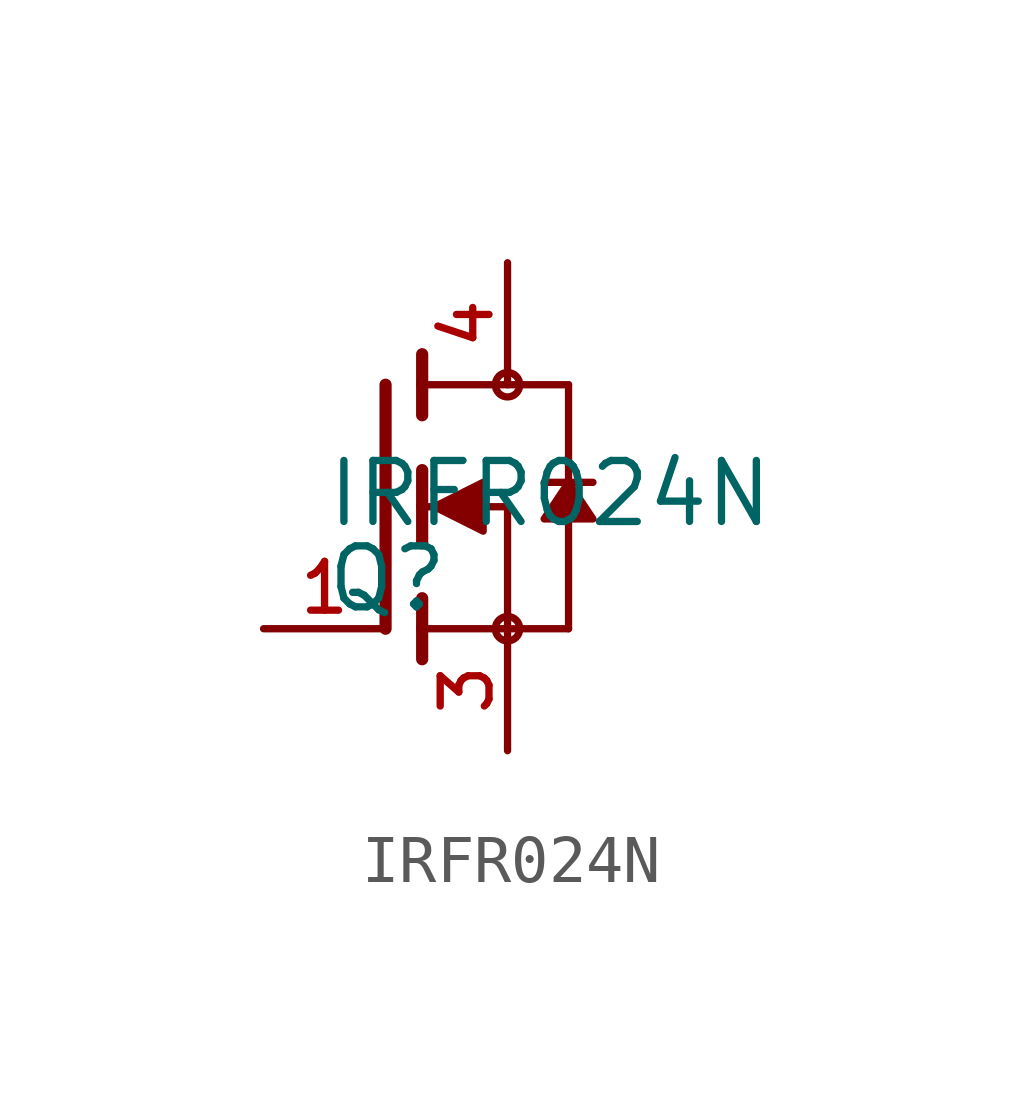
<source format=kicad_sym>
(kicad_symbol_lib
  (version 20211014)
  (generator kicad_symbol_editor)
  (symbol "IRFR024N"
    (pin_names
      (offset 1.016))
    (property "Reference" "Q"
      (at -1.27 -0.762 0.0)
      (effects (font (size 1.27 1.27)) (justify top left)))
    (property "Value" "IRFR024N"
      (at -1.27 1.016 0.0)
      (effects (font (size 1.27 1.27)) (justify top left)))
    (symbol "IRFR024N_0_0"
      (polyline (pts (xy 0.762 0.762) (xy 0.762 0.0)) (stroke (width 0.254)))
      (polyline (pts (xy 0.762 0.0) (xy 0.762 -0.762)) (stroke (width 0.254)))
      (polyline (pts (xy 0.762 3.175) (xy 0.762 2.54)) (stroke (width 0.254)))
      (polyline (pts (xy 0.762 2.54) (xy 0.762 1.905)) (stroke (width 0.254)))
      (polyline (pts (xy 0.762 0.0) (xy 2.54 0.0)) (stroke (width 0.152)))
      (polyline (pts (xy 2.54 0.0) (xy 2.54 -2.54)) (stroke (width 0.152)))
      (polyline (pts (xy 0.762 -1.905) (xy 0.762 -2.54)) (stroke (width 0.254)))
      (polyline (pts (xy 0.762 -2.54) (xy 0.762 -3.175)) (stroke (width 0.254)))
      (polyline (pts (xy 0.0 2.54) (xy 0.0 -2.54)) (stroke (width 0.254)))
      (polyline (pts (xy 2.54 -2.54) (xy 0.762 -2.54)) (stroke (width 0.152)))
      (polyline (pts (xy 3.81 2.54) (xy 3.81 0.508)) (stroke (width 0.152)))
      (polyline (pts (xy 3.81 0.508) (xy 3.81 -2.54)) (stroke (width 0.152)))
      (polyline (pts (xy 2.54 -2.54) (xy 3.81 -2.54)) (stroke (width 0.152)))
      (polyline (pts (xy 0.762 2.54) (xy 3.81 2.54)) (stroke (width 0.152)))
      (polyline (pts (xy 3.302 0.508) (xy 3.81 0.508)) (stroke (width 0.152)))
      (polyline (pts (xy 3.81 0.508) (xy 4.318 0.508)) (stroke (width 0.152)))
      (circle (center 2.54 -2.54) (radius 0.254) (stroke (width 0.0)) (fill (type none)))
      (circle (center 2.54 2.54) (radius 0.254) (stroke (width 0.0)) (fill (type none)))
      (polyline (pts (xy 1.016 0.0) (xy 2.032 0.508) (xy 2.032 -0.508) (xy 1.016 0.0)) (stroke (width 0.152)) (fill (type outline)))
      (polyline (pts (xy 3.81 0.508) (xy 3.302 -0.254) (xy 4.318 -0.254) (xy 3.81 0.508)) (stroke (width 0.152)) (fill (type outline)))
      (pin passive line (at 2.54 -5.08 90.0) (length 2.54) (name "~" (effects (font (size 1.016 1.016)))) (number "3" (effects (font (size 1.016 1.016)))))
      (pin passive line (at -2.54 -2.54 0) (length 2.54) (name "~" (effects (font (size 1.016 1.016)))) (number "1" (effects (font (size 1.016 1.016)))))
      (pin passive line (at 2.54 5.08 270.0) (length 2.54) (name "~" (effects (font (size 1.016 1.016)))) (number "4" (effects (font (size 1.016 1.016))))))))
</source>
